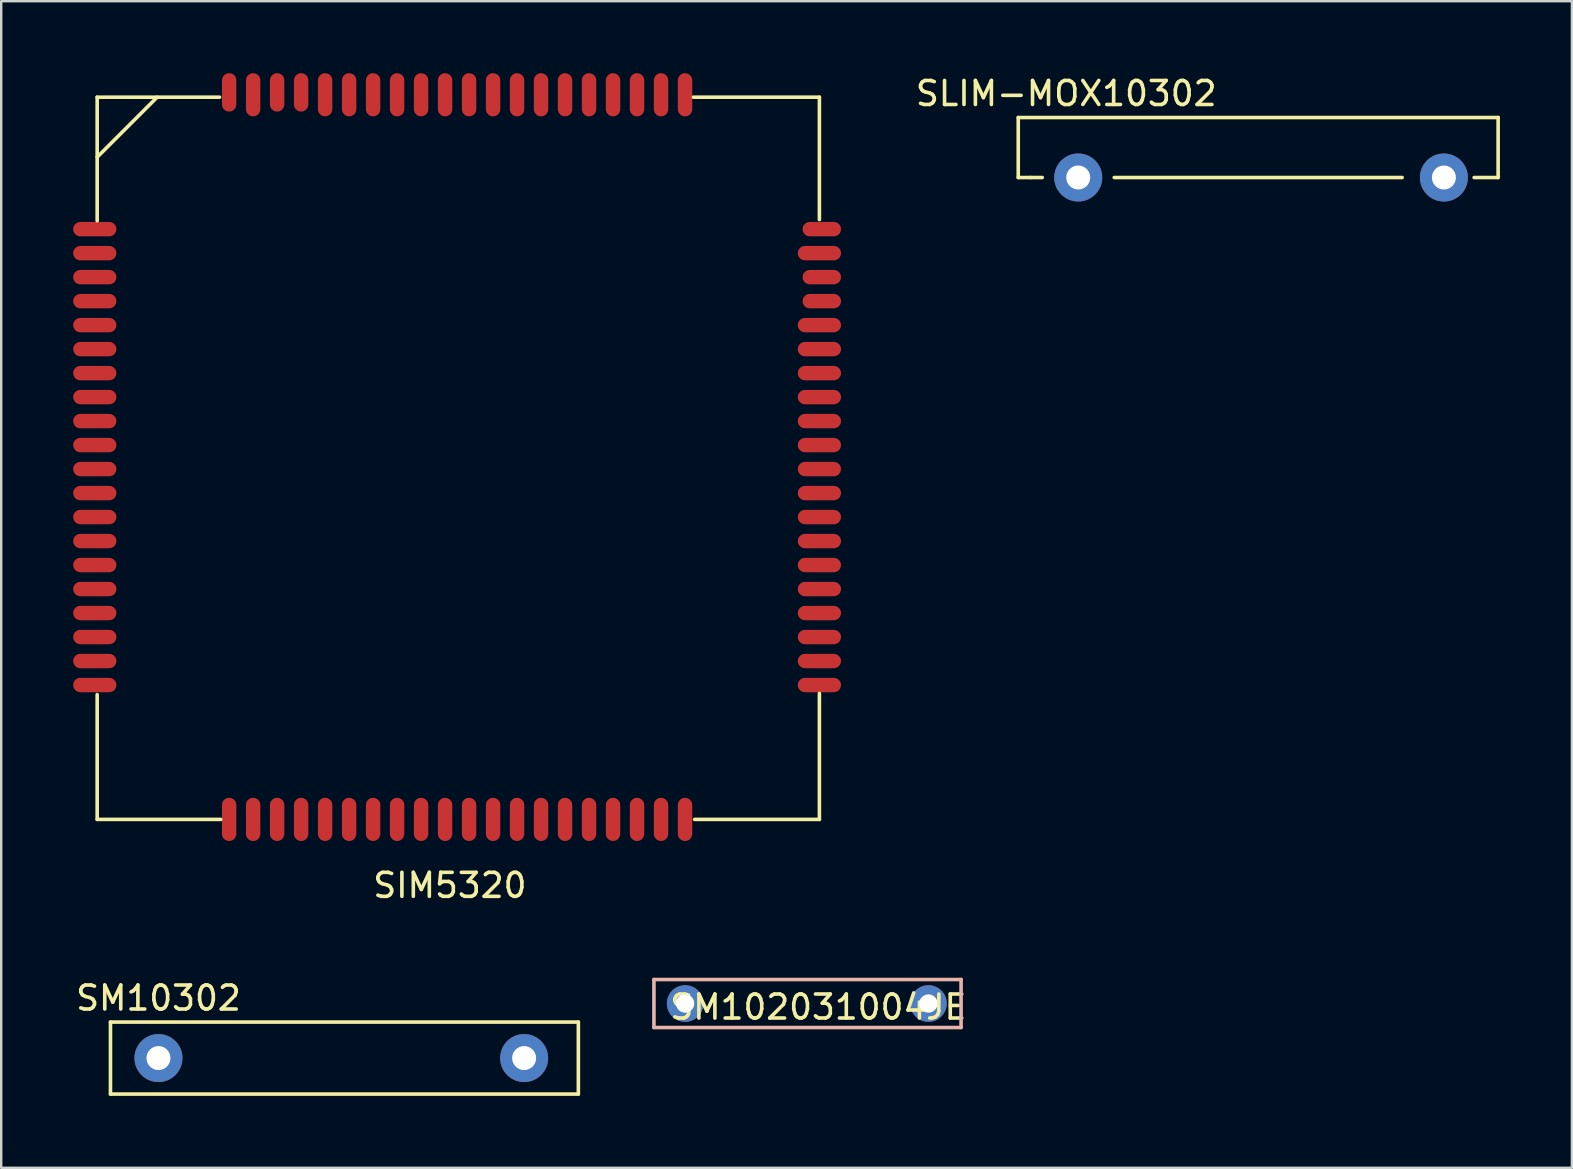
<source format=kicad_pcb>
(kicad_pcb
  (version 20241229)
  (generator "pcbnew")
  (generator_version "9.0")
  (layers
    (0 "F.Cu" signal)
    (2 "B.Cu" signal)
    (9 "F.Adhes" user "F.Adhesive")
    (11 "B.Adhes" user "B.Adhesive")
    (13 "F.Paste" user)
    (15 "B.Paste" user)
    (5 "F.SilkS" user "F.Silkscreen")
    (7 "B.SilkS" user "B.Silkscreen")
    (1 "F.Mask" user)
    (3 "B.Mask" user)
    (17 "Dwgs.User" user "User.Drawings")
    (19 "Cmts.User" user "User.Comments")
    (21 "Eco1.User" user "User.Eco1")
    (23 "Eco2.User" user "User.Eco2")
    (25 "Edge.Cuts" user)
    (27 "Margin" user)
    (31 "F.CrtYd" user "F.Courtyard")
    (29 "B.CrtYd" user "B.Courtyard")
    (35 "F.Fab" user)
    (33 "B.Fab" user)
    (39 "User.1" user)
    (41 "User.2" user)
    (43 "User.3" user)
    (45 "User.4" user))
  (footprint "SM102031004JE"
    (layer "F.Cu")
    (at 30.504 38.773)
    (property "Reference" "SM102031004JE" (at 0.55 0.15 0) (layer "F.SilkS") (effects (font (size 1 1) (thickness 0.15))))
    (attr through_hole)
    (fp_line (start -6.3 -1) (end 6.5 -1) (stroke (width 0.15) (type solid)) (layer "B.SilkS"))
    (fp_line (start -6.3 1) (end -6.3 -1) (stroke (width 0.15) (type solid)) (layer "B.SilkS"))
    (fp_line (start 6.5 -1) (end 6.5 1) (stroke (width 0.15) (type solid)) (layer "B.SilkS"))
    (fp_line (start 6.5 1) (end -6.3 1) (stroke (width 0.15) (type solid)) (layer "B.SilkS"))
    (pad "1" thru_hole circle (at -5 0) (size 1.524 1.524) (drill 0.762) (layers "*.Cu" "*.Mask"))
    (pad "2" thru_hole circle (at 5.14 0) (size 1.524 1.524) (drill 0.762) (layers "*.Cu" "*.Mask")))
  (footprint "SM10302"
    (layer "F.Cu")
    (at 3.554 41.047)
    (property "Reference" "SM10302" (at 0 -2.5 0) (layer "F.SilkS") (effects (font (size 1 1) (thickness 0.15))))
    (attr through_hole)
    (fp_line (start -2 -1.5) (end -2 1.5) (stroke (width 0.15) (type solid)) (layer "F.SilkS"))
    (fp_line (start -2 1.5) (end 17.5 1.5) (stroke (width 0.15) (type solid)) (layer "F.SilkS"))
    (fp_line (start 17.5 -1.5) (end -2 -1.5) (stroke (width 0.15) (type solid)) (layer "F.SilkS"))
    (fp_line (start 17.5 1.5) (end 17.5 -1.5) (stroke (width 0.15) (type solid)) (layer "F.SilkS"))
    (pad "1" thru_hole circle (at 0 0) (size 2 2) (drill 1) (layers "*.Cu" "*.Mask"))
    (pad "2" thru_hole circle (at 15.24 0) (size 2 2) (drill 1) (layers "*.Cu" "*.Mask")))
  (footprint "SIM5320"
    (layer "F.Cu")
    (at 1 1)
    (property "Reference" "SIM5320" (at 14.7 32.85 0) (layer "F.SilkS") (effects (font (size 1 1) (thickness 0.15))))
    (attr through_hole)
    (fp_line (start 0 0) (end 5.1 0) (stroke (width 0.15) (type solid)) (layer "F.SilkS"))
    (fp_line (start 0 2.5) (end 2.5 0) (stroke (width 0.15) (type solid)) (layer "F.SilkS"))
    (fp_line (start 0 5.15) (end 0 0) (stroke (width 0.15) (type solid)) (layer "F.SilkS"))
    (fp_line (start 0 30.1) (end 0 24.9) (stroke (width 0.15) (type solid)) (layer "F.SilkS"))
    (fp_line (start 5.15 30.1) (end 0 30.1) (stroke (width 0.15) (type solid)) (layer "F.SilkS"))
    (fp_line (start 24.85 0) (end 30.1 0) (stroke (width 0.15) (type solid)) (layer "F.SilkS"))
    (fp_line (start 30.1 0) (end 30.1 5.1) (stroke (width 0.15) (type solid)) (layer "F.SilkS"))
    (fp_line (start 30.1 24.85) (end 30.1 30.1) (stroke (width 0.15) (type solid)) (layer "F.SilkS"))
    (fp_line (start 30.1 30.1) (end 24.9 30.1) (stroke (width 0.15) (type solid)) (layer "F.SilkS"))
    (pad "1" smd oval (at -0.1 5.5) (size 1.8 0.6) (layers "F.Cu" "F.Mask" "F.Paste"))
    (pad "2" smd oval (at -0.1 6.5) (size 1.8 0.6) (layers "F.Cu" "F.Mask" "F.Paste"))
    (pad "3" smd oval (at -0.1 7.5) (size 1.8 0.6) (layers "F.Cu" "F.Mask" "F.Paste"))
    (pad "4" smd oval (at -0.1 8.5) (size 1.8 0.6) (layers "F.Cu" "F.Mask" "F.Paste"))
    (pad "5" smd oval (at -0.1 9.5) (size 1.8 0.6) (layers "F.Cu" "F.Mask" "F.Paste"))
    (pad "6" smd oval (at -0.1 10.5) (size 1.8 0.6) (layers "F.Cu" "F.Mask" "F.Paste"))
    (pad "7" smd oval (at -0.1 11.5) (size 1.8 0.6) (layers "F.Cu" "F.Mask" "F.Paste"))
    (pad "8" smd oval (at -0.1 12.5) (size 1.8 0.6) (layers "F.Cu" "F.Mask" "F.Paste"))
    (pad "9" smd oval (at -0.1 13.5) (size 1.8 0.6) (layers "F.Cu" "F.Mask" "F.Paste"))
    (pad "10" smd oval (at -0.1 14.5) (size 1.8 0.6) (layers "F.Cu" "F.Mask" "F.Paste"))
    (pad "11" smd oval (at -0.1 15.5) (size 1.8 0.6) (layers "F.Cu" "F.Mask" "F.Paste"))
    (pad "12" smd oval (at -0.1 16.5) (size 1.8 0.6) (layers "F.Cu" "F.Mask" "F.Paste"))
    (pad "13" smd oval (at -0.1 17.5) (size 1.8 0.6) (layers "F.Cu" "F.Mask" "F.Paste"))
    (pad "14" smd oval (at -0.1 18.5) (size 1.8 0.6) (layers "F.Cu" "F.Mask" "F.Paste"))
    (pad "15" smd oval (at -0.1 19.5) (size 1.8 0.6) (layers "F.Cu" "F.Mask" "F.Paste"))
    (pad "16" smd oval (at -0.1 20.5) (size 1.8 0.6) (layers "F.Cu" "F.Mask" "F.Paste"))
    (pad "17" smd oval (at -0.1 21.5) (size 1.8 0.6) (layers "F.Cu" "F.Mask" "F.Paste"))
    (pad "18" smd oval (at -0.1 22.5) (size 1.8 0.6) (layers "F.Cu" "F.Mask" "F.Paste"))
    (pad "19" smd oval (at -0.1 23.5) (size 1.8 0.6) (layers "F.Cu" "F.Mask" "F.Paste"))
    (pad "20" smd oval (at -0.1 24.5) (size 1.8 0.6) (layers "F.Cu" "F.Mask" "F.Paste"))
    (pad "21" smd oval (at 5.5 30.1) (size 0.6 1.8) (layers "F.Cu" "F.Mask" "F.Paste"))
    (pad "22" smd oval (at 6.5 30.1) (size 0.6 1.8) (layers "F.Cu" "F.Mask" "F.Paste"))
    (pad "23" smd oval (at 7.5 30.1) (size 0.6 1.8) (layers "F.Cu" "F.Mask" "F.Paste"))
    (pad "24" smd oval (at 8.5 30.1) (size 0.6 1.8) (layers "F.Cu" "F.Mask" "F.Paste"))
    (pad "25" smd oval (at 9.5 30.1) (size 0.6 1.8) (layers "F.Cu" "F.Mask" "F.Paste"))
    (pad "26" smd oval (at 10.5 30.1) (size 0.6 1.8) (layers "F.Cu" "F.Mask" "F.Paste"))
    (pad "27" smd oval (at 11.5 30.1) (size 0.6 1.8) (layers "F.Cu" "F.Mask" "F.Paste"))
    (pad "28" smd oval (at 12.5 30.1) (size 0.6 1.8) (layers "F.Cu" "F.Mask" "F.Paste"))
    (pad "29" smd oval (at 13.5 30.1) (size 0.6 1.8) (layers "F.Cu" "F.Mask" "F.Paste"))
    (pad "30" smd oval (at 14.5 30.1) (size 0.6 1.8) (layers "F.Cu" "F.Mask" "F.Paste"))
    (pad "31" smd oval (at 15.5 30.1) (size 0.6 1.8) (layers "F.Cu" "F.Mask" "F.Paste"))
    (pad "32" smd oval (at 16.5 30.1) (size 0.6 1.8) (layers "F.Cu" "F.Mask" "F.Paste"))
    (pad "33" smd oval (at 17.5 30.1) (size 0.6 1.8) (layers "F.Cu" "F.Mask" "F.Paste"))
    (pad "34" smd oval (at 18.5 30.1) (size 0.6 1.8) (layers "F.Cu" "F.Mask" "F.Paste"))
    (pad "35" smd oval (at 19.5 30.1) (size 0.6 1.8) (layers "F.Cu" "F.Mask" "F.Paste"))
    (pad "36" smd oval (at 20.5 30.1) (size 0.6 1.8) (layers "F.Cu" "F.Mask" "F.Paste"))
    (pad "37" smd oval (at 21.5 30.1) (size 0.6 1.8) (layers "F.Cu" "F.Mask" "F.Paste"))
    (pad "38" smd oval (at 22.5 30.1) (size 0.6 1.8) (layers "F.Cu" "F.Mask" "F.Paste"))
    (pad "39" smd oval (at 23.5 30.1) (size 0.6 1.8) (layers "F.Cu" "F.Mask" "F.Paste"))
    (pad "40" smd oval (at 24.5 30.1) (size 0.6 1.8) (layers "F.Cu" "F.Mask" "F.Paste"))
    (pad "41" smd oval (at 30.1 24.5) (size 1.8 0.6) (layers "F.Cu" "F.Mask" "F.Paste"))
    (pad "42" smd oval (at 30.1 23.5) (size 1.8 0.6) (layers "F.Cu" "F.Mask" "F.Paste"))
    (pad "43" smd oval (at 30.1 22.5) (size 1.8 0.6) (layers "F.Cu" "F.Mask" "F.Paste"))
    (pad "44" smd oval (at 30.1 21.5) (size 1.8 0.6) (layers "F.Cu" "F.Mask" "F.Paste"))
    (pad "45" smd oval (at 30.1 20.5) (size 1.8 0.6) (layers "F.Cu" "F.Mask" "F.Paste"))
    (pad "46" smd oval (at 30.1 19.5) (size 1.8 0.6) (layers "F.Cu" "F.Mask" "F.Paste"))
    (pad "47" smd oval (at 30.1 18.5) (size 1.8 0.6) (layers "F.Cu" "F.Mask" "F.Paste"))
    (pad "48" smd oval (at 30.1 17.5) (size 1.8 0.6) (layers "F.Cu" "F.Mask" "F.Paste"))
    (pad "49" smd oval (at 30.1 16.5) (size 1.8 0.6) (layers "F.Cu" "F.Mask" "F.Paste"))
    (pad "50" smd oval (at 30.1 15.5) (size 1.8 0.6) (layers "F.Cu" "F.Mask" "F.Paste"))
    (pad "51" smd oval (at 30.1 14.5) (size 1.8 0.6) (layers "F.Cu" "F.Mask" "F.Paste"))
    (pad "52" smd oval (at 30.1 13.5) (size 1.8 0.6) (layers "F.Cu" "F.Mask" "F.Paste"))
    (pad "53" smd oval (at 30.1 12.5) (size 1.8 0.6) (layers "F.Cu" "F.Mask" "F.Paste"))
    (pad "54" smd oval (at 30.1 11.5) (size 1.8 0.6) (layers "F.Cu" "F.Mask" "F.Paste"))
    (pad "55" smd oval (at 30.1 10.5) (size 1.8 0.6) (layers "F.Cu" "F.Mask" "F.Paste"))
    (pad "56" smd oval (at 30.1 9.5) (size 1.8 0.6) (layers "F.Cu" "F.Mask" "F.Paste"))
    (pad "57" smd oval (at 30.2 8.5) (size 1.6 0.6) (layers "F.Cu" "F.Mask" "F.Paste"))
    (pad "58" smd oval (at 30.2 7.5) (size 1.6 0.6) (layers "F.Cu" "F.Mask" "F.Paste"))
    (pad "59" smd oval (at 30.1 6.5) (size 1.8 0.6) (layers "F.Cu" "F.Mask" "F.Paste"))
    (pad "60" smd oval (at 30.2 5.5) (size 1.6 0.6) (layers "F.Cu" "F.Mask" "F.Paste"))
    (pad "61" smd oval (at 24.5 -0.1) (size 0.6 1.8) (layers "F.Cu" "F.Mask" "F.Paste"))
    (pad "62" smd oval (at 23.5 -0.1) (size 0.6 1.8) (layers "F.Cu" "F.Mask" "F.Paste"))
    (pad "63" smd oval (at 22.5 -0.1) (size 0.6 1.8) (layers "F.Cu" "F.Mask" "F.Paste"))
    (pad "64" smd oval (at 21.5 -0.1) (size 0.6 1.8) (layers "F.Cu" "F.Mask" "F.Paste"))
    (pad "65" smd oval (at 20.5 -0.1) (size 0.6 1.8) (layers "F.Cu" "F.Mask" "F.Paste"))
    (pad "66" smd oval (at 19.5 -0.1) (size 0.6 1.8) (layers "F.Cu" "F.Mask" "F.Paste"))
    (pad "67" smd oval (at 18.5 -0.1) (size 0.6 1.8) (layers "F.Cu" "F.Mask" "F.Paste"))
    (pad "68" smd oval (at 17.5 -0.1) (size 0.6 1.8) (layers "F.Cu" "F.Mask" "F.Paste"))
    (pad "69" smd oval (at 16.5 -0.1) (size 0.6 1.8) (layers "F.Cu" "F.Mask" "F.Paste"))
    (pad "70" smd oval (at 15.5 -0.1) (size 0.6 1.8) (layers "F.Cu" "F.Mask" "F.Paste"))
    (pad "71" smd oval (at 14.5 -0.1) (size 0.6 1.8) (layers "F.Cu" "F.Mask" "F.Paste"))
    (pad "72" smd oval (at 13.5 -0.1) (size 0.6 1.8) (layers "F.Cu" "F.Mask" "F.Paste"))
    (pad "73" smd oval (at 12.5 -0.1) (size 0.6 1.8) (layers "F.Cu" "F.Mask" "F.Paste"))
    (pad "74" smd oval (at 11.5 -0.1) (size 0.6 1.8) (layers "F.Cu" "F.Mask" "F.Paste"))
    (pad "75" smd oval (at 10.5 -0.1) (size 0.6 1.8) (layers "F.Cu" "F.Mask" "F.Paste"))
    (pad "76" smd oval (at 9.5 -0.1) (size 0.6 1.8) (layers "F.Cu" "F.Mask" "F.Paste"))
    (pad "77" smd oval (at 8.5 -0.2) (size 0.6 1.6) (layers "F.Cu" "F.Mask" "F.Paste"))
    (pad "78" smd oval (at 7.5 -0.2) (size 0.6 1.6) (layers "F.Cu" "F.Mask" "F.Paste"))
    (pad "79" smd oval (at 6.5 -0.1) (size 0.6 1.8) (layers "F.Cu" "F.Mask" "F.Paste"))
    (pad "80" smd oval (at 5.5 -0.2) (size 0.6 1.6) (layers "F.Cu" "F.Mask" "F.Paste")))
  (footprint "SLIM-MOX10302"
    (layer "F.Cu")
    (at 41.887 4.348)
    (property "Reference" "SLIM-MOX10302" (at -0.5 -3.5 0) (layer "F.SilkS") (effects (font (size 1 1) (thickness 0.15))))
    (attr through_hole)
    (fp_line (start -2.5 -2.5) (end 17.5 -2.5) (stroke (width 0.15) (type solid)) (layer "F.SilkS"))
    (fp_line (start -2.5 0) (end -2.5 -2.5) (stroke (width 0.15) (type solid)) (layer "F.SilkS"))
    (fp_line (start -2 0) (end -2.5 0) (stroke (width 0.15) (type solid)) (layer "F.SilkS"))
    (fp_line (start -1.5 0) (end -2 0) (stroke (width 0.15) (type solid)) (layer "F.SilkS"))
    (fp_line (start 13.5 0) (end 1.5 0) (stroke (width 0.15) (type solid)) (layer "F.SilkS"))
    (fp_line (start 17.5 -2.5) (end 17.5 0) (stroke (width 0.15) (type solid)) (layer "F.SilkS"))
    (fp_line (start 17.5 0) (end 16.5 0) (stroke (width 0.15) (type solid)) (layer "F.SilkS"))
    (pad "1" thru_hole circle (at 0 0) (size 2 2) (drill 1) (layers "*.Cu" "*.Mask"))
    (pad "2" thru_hole circle (at 15.24 0) (size 2 2) (drill 1) (layers "*.Cu" "*.Mask")))
  (gr_rect
    (start -3 -3)
    (end 62.462 45.621)
    (stroke (width 0.1) (type default))
    (fill no)
    (layer "Edge.Cuts")))
</source>
